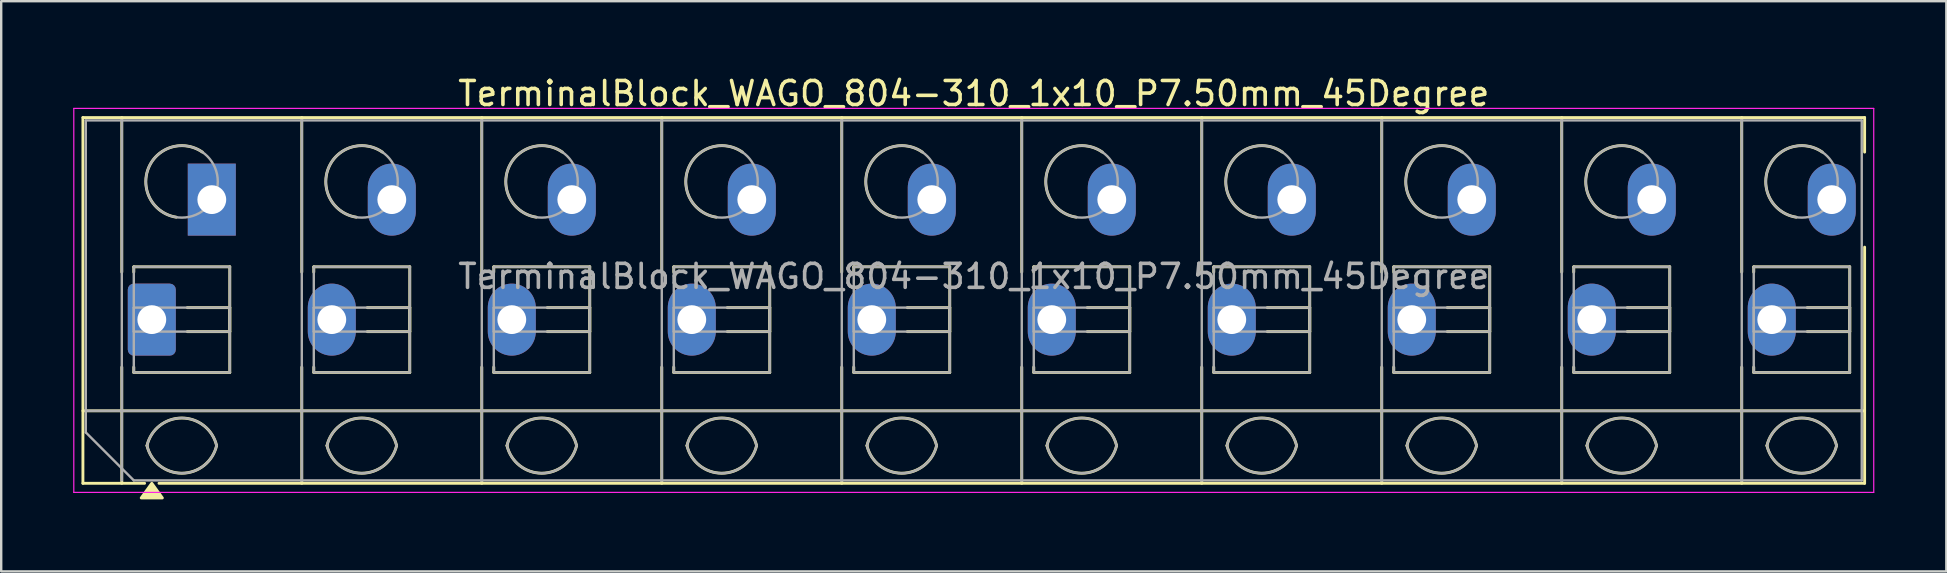
<source format=kicad_pcb>
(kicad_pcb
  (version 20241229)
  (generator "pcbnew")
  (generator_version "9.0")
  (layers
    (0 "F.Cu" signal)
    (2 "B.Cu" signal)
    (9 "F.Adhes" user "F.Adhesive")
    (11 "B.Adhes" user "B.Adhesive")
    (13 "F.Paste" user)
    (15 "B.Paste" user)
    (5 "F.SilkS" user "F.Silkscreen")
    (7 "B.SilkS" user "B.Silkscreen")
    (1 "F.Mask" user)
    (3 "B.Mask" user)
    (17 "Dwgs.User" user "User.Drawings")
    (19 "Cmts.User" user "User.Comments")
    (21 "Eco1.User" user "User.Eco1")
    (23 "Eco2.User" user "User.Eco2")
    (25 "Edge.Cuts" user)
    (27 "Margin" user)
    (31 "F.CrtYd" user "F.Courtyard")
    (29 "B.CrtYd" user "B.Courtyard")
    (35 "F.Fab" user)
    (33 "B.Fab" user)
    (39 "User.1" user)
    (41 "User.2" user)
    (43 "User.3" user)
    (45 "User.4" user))
  (footprint "TerminalBlock_WAGO_804-310_1x10_P7.50mm_45Degree"
    (layer "F.Cu")
    (at 3.275 10.268)
    (property "Reference" "TerminalBlock_WAGO_804-310_1x10_P7.50mm_45Degree" (at 34.25 -9.42 0) (layer "F.SilkS") (effects (font (size 1 1) (thickness 0.15))))
    (attr through_hole)
    (fp_line (start -2.87 -8.42) (end -2.87 6.82) (stroke (width 0.12) (type solid)) (layer "F.SilkS"))
    (fp_line (start -2.87 -8.42) (end 71.37 -8.42) (stroke (width 0.12) (type solid)) (layer "F.SilkS"))
    (fp_line (start -2.87 3.8) (end 71.37 3.8) (stroke (width 0.12) (type solid)) (layer "F.SilkS"))
    (fp_line (start -2.87 6.82) (end -0.3 6.82) (stroke (width 0.12) (type solid)) (layer "F.SilkS"))
    (fp_line (start -1.25 -8.42) (end -1.25 -1.98) (stroke (width 0.12) (type solid)) (layer "F.SilkS"))
    (fp_line (start -1.25 1.98) (end -1.25 6.82) (stroke (width 0.12) (type solid)) (layer "F.SilkS"))
    (fp_line (start -0.75 -2.2) (end -0.75 -1.98) (stroke (width 0.12) (type solid)) (layer "F.SilkS"))
    (fp_line (start -0.75 -2.2) (end 3.25 -2.2) (stroke (width 0.12) (type solid)) (layer "F.SilkS"))
    (fp_line (start -0.75 1.98) (end -0.75 2.2) (stroke (width 0.12) (type solid)) (layer "F.SilkS"))
    (fp_line (start -0.75 2.2) (end 3.25 2.2) (stroke (width 0.12) (type solid)) (layer "F.SilkS"))
    (fp_line (start 0.3 6.82) (end 71.37 6.82) (stroke (width 0.12) (type solid)) (layer "F.SilkS"))
    (fp_line (start 1.48 -0.5) (end 3.25 -0.5) (stroke (width 0.12) (type solid)) (layer "F.SilkS"))
    (fp_line (start 1.48 0.5) (end 3.25 0.5) (stroke (width 0.12) (type solid)) (layer "F.SilkS"))
    (fp_line (start 3.25 -2.2) (end 3.25 2.2) (stroke (width 0.12) (type solid)) (layer "F.SilkS"))
    (fp_line (start 3.25 -0.5) (end 3.25 0.5) (stroke (width 0.12) (type solid)) (layer "F.SilkS"))
    (fp_line (start 6.25 -8.42) (end 6.25 -1.98) (stroke (width 0.12) (type solid)) (layer "F.SilkS"))
    (fp_line (start 6.25 1.98) (end 6.25 6.82) (stroke (width 0.12) (type solid)) (layer "F.SilkS"))
    (fp_line (start 6.75 -2.2) (end 6.75 -1.98) (stroke (width 0.12) (type solid)) (layer "F.SilkS"))
    (fp_line (start 6.75 -2.2) (end 10.75 -2.2) (stroke (width 0.12) (type solid)) (layer "F.SilkS"))
    (fp_line (start 6.75 1.98) (end 6.75 2.2) (stroke (width 0.12) (type solid)) (layer "F.SilkS"))
    (fp_line (start 6.75 2.2) (end 10.75 2.2) (stroke (width 0.12) (type solid)) (layer "F.SilkS"))
    (fp_line (start 8.98 -0.5) (end 10.75 -0.5) (stroke (width 0.12) (type solid)) (layer "F.SilkS"))
    (fp_line (start 8.98 0.5) (end 10.75 0.5) (stroke (width 0.12) (type solid)) (layer "F.SilkS"))
    (fp_line (start 10.75 -2.2) (end 10.75 2.2) (stroke (width 0.12) (type solid)) (layer "F.SilkS"))
    (fp_line (start 10.75 -0.5) (end 10.75 0.5) (stroke (width 0.12) (type solid)) (layer "F.SilkS"))
    (fp_line (start 13.75 -8.42) (end 13.75 -1.98) (stroke (width 0.12) (type solid)) (layer "F.SilkS"))
    (fp_line (start 13.75 1.98) (end 13.75 6.82) (stroke (width 0.12) (type solid)) (layer "F.SilkS"))
    (fp_line (start 14.25 -2.2) (end 14.25 -1.98) (stroke (width 0.12) (type solid)) (layer "F.SilkS"))
    (fp_line (start 14.25 -2.2) (end 18.25 -2.2) (stroke (width 0.12) (type solid)) (layer "F.SilkS"))
    (fp_line (start 14.25 1.98) (end 14.25 2.2) (stroke (width 0.12) (type solid)) (layer "F.SilkS"))
    (fp_line (start 14.25 2.2) (end 18.25 2.2) (stroke (width 0.12) (type solid)) (layer "F.SilkS"))
    (fp_line (start 16.48 -0.5) (end 18.25 -0.5) (stroke (width 0.12) (type solid)) (layer "F.SilkS"))
    (fp_line (start 16.48 0.5) (end 18.25 0.5) (stroke (width 0.12) (type solid)) (layer "F.SilkS"))
    (fp_line (start 18.25 -2.2) (end 18.25 2.2) (stroke (width 0.12) (type solid)) (layer "F.SilkS"))
    (fp_line (start 18.25 -0.5) (end 18.25 0.5) (stroke (width 0.12) (type solid)) (layer "F.SilkS"))
    (fp_line (start 21.25 -8.42) (end 21.25 -1.98) (stroke (width 0.12) (type solid)) (layer "F.SilkS"))
    (fp_line (start 21.25 1.98) (end 21.25 6.82) (stroke (width 0.12) (type solid)) (layer "F.SilkS"))
    (fp_line (start 21.75 -2.2) (end 21.75 -1.98) (stroke (width 0.12) (type solid)) (layer "F.SilkS"))
    (fp_line (start 21.75 -2.2) (end 25.75 -2.2) (stroke (width 0.12) (type solid)) (layer "F.SilkS"))
    (fp_line (start 21.75 1.98) (end 21.75 2.2) (stroke (width 0.12) (type solid)) (layer "F.SilkS"))
    (fp_line (start 21.75 2.2) (end 25.75 2.2) (stroke (width 0.12) (type solid)) (layer "F.SilkS"))
    (fp_line (start 23.98 -0.5) (end 25.75 -0.5) (stroke (width 0.12) (type solid)) (layer "F.SilkS"))
    (fp_line (start 23.98 0.5) (end 25.75 0.5) (stroke (width 0.12) (type solid)) (layer "F.SilkS"))
    (fp_line (start 25.75 -2.2) (end 25.75 2.2) (stroke (width 0.12) (type solid)) (layer "F.SilkS"))
    (fp_line (start 25.75 -0.5) (end 25.75 0.5) (stroke (width 0.12) (type solid)) (layer "F.SilkS"))
    (fp_line (start 28.75 -8.42) (end 28.75 -1.98) (stroke (width 0.12) (type solid)) (layer "F.SilkS"))
    (fp_line (start 28.75 1.98) (end 28.75 6.82) (stroke (width 0.12) (type solid)) (layer "F.SilkS"))
    (fp_line (start 29.25 -2.2) (end 29.25 -1.98) (stroke (width 0.12) (type solid)) (layer "F.SilkS"))
    (fp_line (start 29.25 -2.2) (end 33.25 -2.2) (stroke (width 0.12) (type solid)) (layer "F.SilkS"))
    (fp_line (start 29.25 1.98) (end 29.25 2.2) (stroke (width 0.12) (type solid)) (layer "F.SilkS"))
    (fp_line (start 29.25 2.2) (end 33.25 2.2) (stroke (width 0.12) (type solid)) (layer "F.SilkS"))
    (fp_line (start 31.48 -0.5) (end 33.25 -0.5) (stroke (width 0.12) (type solid)) (layer "F.SilkS"))
    (fp_line (start 31.48 0.5) (end 33.25 0.5) (stroke (width 0.12) (type solid)) (layer "F.SilkS"))
    (fp_line (start 33.25 -2.2) (end 33.25 2.2) (stroke (width 0.12) (type solid)) (layer "F.SilkS"))
    (fp_line (start 33.25 -0.5) (end 33.25 0.5) (stroke (width 0.12) (type solid)) (layer "F.SilkS"))
    (fp_line (start 36.25 -8.42) (end 36.25 -1.98) (stroke (width 0.12) (type solid)) (layer "F.SilkS"))
    (fp_line (start 36.25 1.98) (end 36.25 6.82) (stroke (width 0.12) (type solid)) (layer "F.SilkS"))
    (fp_line (start 36.75 -2.2) (end 36.75 -1.98) (stroke (width 0.12) (type solid)) (layer "F.SilkS"))
    (fp_line (start 36.75 -2.2) (end 40.75 -2.2) (stroke (width 0.12) (type solid)) (layer "F.SilkS"))
    (fp_line (start 36.75 1.98) (end 36.75 2.2) (stroke (width 0.12) (type solid)) (layer "F.SilkS"))
    (fp_line (start 36.75 2.2) (end 40.75 2.2) (stroke (width 0.12) (type solid)) (layer "F.SilkS"))
    (fp_line (start 38.98 -0.5) (end 40.75 -0.5) (stroke (width 0.12) (type solid)) (layer "F.SilkS"))
    (fp_line (start 38.98 0.5) (end 40.75 0.5) (stroke (width 0.12) (type solid)) (layer "F.SilkS"))
    (fp_line (start 40.75 -2.2) (end 40.75 2.2) (stroke (width 0.12) (type solid)) (layer "F.SilkS"))
    (fp_line (start 40.75 -0.5) (end 40.75 0.5) (stroke (width 0.12) (type solid)) (layer "F.SilkS"))
    (fp_line (start 43.75 -8.42) (end 43.75 -1.98) (stroke (width 0.12) (type solid)) (layer "F.SilkS"))
    (fp_line (start 43.75 1.98) (end 43.75 6.82) (stroke (width 0.12) (type solid)) (layer "F.SilkS"))
    (fp_line (start 44.25 -2.2) (end 44.25 -1.98) (stroke (width 0.12) (type solid)) (layer "F.SilkS"))
    (fp_line (start 44.25 -2.2) (end 48.25 -2.2) (stroke (width 0.12) (type solid)) (layer "F.SilkS"))
    (fp_line (start 44.25 1.98) (end 44.25 2.2) (stroke (width 0.12) (type solid)) (layer "F.SilkS"))
    (fp_line (start 44.25 2.2) (end 48.25 2.2) (stroke (width 0.12) (type solid)) (layer "F.SilkS"))
    (fp_line (start 46.48 -0.5) (end 48.25 -0.5) (stroke (width 0.12) (type solid)) (layer "F.SilkS"))
    (fp_line (start 46.48 0.5) (end 48.25 0.5) (stroke (width 0.12) (type solid)) (layer "F.SilkS"))
    (fp_line (start 48.25 -2.2) (end 48.25 2.2) (stroke (width 0.12) (type solid)) (layer "F.SilkS"))
    (fp_line (start 48.25 -0.5) (end 48.25 0.5) (stroke (width 0.12) (type solid)) (layer "F.SilkS"))
    (fp_line (start 51.25 -8.42) (end 51.25 -1.98) (stroke (width 0.12) (type solid)) (layer "F.SilkS"))
    (fp_line (start 51.25 1.98) (end 51.25 6.82) (stroke (width 0.12) (type solid)) (layer "F.SilkS"))
    (fp_line (start 51.75 -2.2) (end 51.75 -1.98) (stroke (width 0.12) (type solid)) (layer "F.SilkS"))
    (fp_line (start 51.75 -2.2) (end 55.75 -2.2) (stroke (width 0.12) (type solid)) (layer "F.SilkS"))
    (fp_line (start 51.75 1.98) (end 51.75 2.2) (stroke (width 0.12) (type solid)) (layer "F.SilkS"))
    (fp_line (start 51.75 2.2) (end 55.75 2.2) (stroke (width 0.12) (type solid)) (layer "F.SilkS"))
    (fp_line (start 53.98 -0.5) (end 55.75 -0.5) (stroke (width 0.12) (type solid)) (layer "F.SilkS"))
    (fp_line (start 53.98 0.5) (end 55.75 0.5) (stroke (width 0.12) (type solid)) (layer "F.SilkS"))
    (fp_line (start 55.75 -2.2) (end 55.75 2.2) (stroke (width 0.12) (type solid)) (layer "F.SilkS"))
    (fp_line (start 55.75 -0.5) (end 55.75 0.5) (stroke (width 0.12) (type solid)) (layer "F.SilkS"))
    (fp_line (start 58.75 -8.42) (end 58.75 -1.98) (stroke (width 0.12) (type solid)) (layer "F.SilkS"))
    (fp_line (start 58.75 1.98) (end 58.75 6.82) (stroke (width 0.12) (type solid)) (layer "F.SilkS"))
    (fp_line (start 59.25 -2.2) (end 59.25 -1.98) (stroke (width 0.12) (type solid)) (layer "F.SilkS"))
    (fp_line (start 59.25 -2.2) (end 63.25 -2.2) (stroke (width 0.12) (type solid)) (layer "F.SilkS"))
    (fp_line (start 59.25 1.98) (end 59.25 2.2) (stroke (width 0.12) (type solid)) (layer "F.SilkS"))
    (fp_line (start 59.25 2.2) (end 63.25 2.2) (stroke (width 0.12) (type solid)) (layer "F.SilkS"))
    (fp_line (start 61.48 -0.5) (end 63.25 -0.5) (stroke (width 0.12) (type solid)) (layer "F.SilkS"))
    (fp_line (start 61.48 0.5) (end 63.25 0.5) (stroke (width 0.12) (type solid)) (layer "F.SilkS"))
    (fp_line (start 63.25 -2.2) (end 63.25 2.2) (stroke (width 0.12) (type solid)) (layer "F.SilkS"))
    (fp_line (start 63.25 -0.5) (end 63.25 0.5) (stroke (width 0.12) (type solid)) (layer "F.SilkS"))
    (fp_line (start 66.25 -8.42) (end 66.25 -1.98) (stroke (width 0.12) (type solid)) (layer "F.SilkS"))
    (fp_line (start 66.25 1.98) (end 66.25 6.82) (stroke (width 0.12) (type solid)) (layer "F.SilkS"))
    (fp_line (start 66.75 -2.2) (end 66.75 -1.98) (stroke (width 0.12) (type solid)) (layer "F.SilkS"))
    (fp_line (start 66.75 -2.2) (end 70.75 -2.2) (stroke (width 0.12) (type solid)) (layer "F.SilkS"))
    (fp_line (start 66.75 1.98) (end 66.75 2.2) (stroke (width 0.12) (type solid)) (layer "F.SilkS"))
    (fp_line (start 66.75 2.2) (end 70.75 2.2) (stroke (width 0.12) (type solid)) (layer "F.SilkS"))
    (fp_line (start 68.98 -0.5) (end 70.75 -0.5) (stroke (width 0.12) (type solid)) (layer "F.SilkS"))
    (fp_line (start 68.98 0.5) (end 70.75 0.5) (stroke (width 0.12) (type solid)) (layer "F.SilkS"))
    (fp_line (start 70.75 -2.2) (end 70.75 2.2) (stroke (width 0.12) (type solid)) (layer "F.SilkS"))
    (fp_line (start 70.75 -0.5) (end 70.75 0.5) (stroke (width 0.12) (type solid)) (layer "F.SilkS"))
    (fp_line (start 71.37 -8.42) (end 71.37 -6.98) (stroke (width 0.12) (type solid)) (layer "F.SilkS"))
    (fp_line (start 71.37 -3.02) (end 71.37 6.82) (stroke (width 0.12) (type solid)) (layer "F.SilkS"))
    (fp_arc (start -0.199969 5.249867) (mid 1.250068 4.099899) (end 2.7 5.25) (stroke (width 0.12) (type solid)) (layer "F.SilkS"))
    (fp_arc (start 1.02 -4.268) (mid -0.141815 -6.308637) (end 2.10843 -6.979765) (stroke (width 0.12) (type solid)) (layer "F.SilkS"))
    (fp_arc (start 2.7 5.25) (mid 1.250068 6.400101) (end -0.199969 5.250133) (stroke (width 0.12) (type solid)) (layer "F.SilkS"))
    (fp_arc (start 7.300031 5.249867) (mid 8.750068 4.099899) (end 10.2 5.25) (stroke (width 0.12) (type solid)) (layer "F.SilkS"))
    (fp_arc (start 8.52 -4.268) (mid 7.358185 -6.308637) (end 9.60843 -6.979765) (stroke (width 0.12) (type solid)) (layer "F.SilkS"))
    (fp_arc (start 10.2 5.25) (mid 8.750068 6.400101) (end 7.300031 5.250133) (stroke (width 0.12) (type solid)) (layer "F.SilkS"))
    (fp_arc (start 14.800031 5.249867) (mid 16.250068 4.099899) (end 17.7 5.25) (stroke (width 0.12) (type solid)) (layer "F.SilkS"))
    (fp_arc (start 16.02 -4.268) (mid 14.858185 -6.308637) (end 17.10843 -6.979765) (stroke (width 0.12) (type solid)) (layer "F.SilkS"))
    (fp_arc (start 17.7 5.25) (mid 16.250068 6.400101) (end 14.800031 5.250133) (stroke (width 0.12) (type solid)) (layer "F.SilkS"))
    (fp_arc (start 22.300031 5.249867) (mid 23.750068 4.099899) (end 25.2 5.25) (stroke (width 0.12) (type solid)) (layer "F.SilkS"))
    (fp_arc (start 23.52 -4.268) (mid 22.358185 -6.308637) (end 24.60843 -6.979765) (stroke (width 0.12) (type solid)) (layer "F.SilkS"))
    (fp_arc (start 25.2 5.25) (mid 23.750068 6.400101) (end 22.300031 5.250133) (stroke (width 0.12) (type solid)) (layer "F.SilkS"))
    (fp_arc (start 29.800031 5.249867) (mid 31.250068 4.099899) (end 32.7 5.25) (stroke (width 0.12) (type solid)) (layer "F.SilkS"))
    (fp_arc (start 31.02 -4.268) (mid 29.858185 -6.308637) (end 32.10843 -6.979765) (stroke (width 0.12) (type solid)) (layer "F.SilkS"))
    (fp_arc (start 32.7 5.25) (mid 31.250068 6.400101) (end 29.800031 5.250133) (stroke (width 0.12) (type solid)) (layer "F.SilkS"))
    (fp_arc (start 37.300031 5.249867) (mid 38.750068 4.099899) (end 40.2 5.25) (stroke (width 0.12) (type solid)) (layer "F.SilkS"))
    (fp_arc (start 38.52 -4.268) (mid 37.358185 -6.308637) (end 39.60843 -6.979765) (stroke (width 0.12) (type solid)) (layer "F.SilkS"))
    (fp_arc (start 40.2 5.25) (mid 38.750068 6.400101) (end 37.300031 5.250133) (stroke (width 0.12) (type solid)) (layer "F.SilkS"))
    (fp_arc (start 44.800031 5.249867) (mid 46.250068 4.099899) (end 47.7 5.25) (stroke (width 0.12) (type solid)) (layer "F.SilkS"))
    (fp_arc (start 46.02 -4.268) (mid 44.858185 -6.308637) (end 47.10843 -6.979765) (stroke (width 0.12) (type solid)) (layer "F.SilkS"))
    (fp_arc (start 47.7 5.25) (mid 46.250068 6.400101) (end 44.800031 5.250133) (stroke (width 0.12) (type solid)) (layer "F.SilkS"))
    (fp_arc (start 52.300031 5.249867) (mid 53.750068 4.099899) (end 55.2 5.25) (stroke (width 0.12) (type solid)) (layer "F.SilkS"))
    (fp_arc (start 53.52 -4.268) (mid 52.358185 -6.308637) (end 54.60843 -6.979765) (stroke (width 0.12) (type solid)) (layer "F.SilkS"))
    (fp_arc (start 55.2 5.25) (mid 53.750068 6.400101) (end 52.300031 5.250133) (stroke (width 0.12) (type solid)) (layer "F.SilkS"))
    (fp_arc (start 59.800031 5.249867) (mid 61.250068 4.099899) (end 62.7 5.25) (stroke (width 0.12) (type solid)) (layer "F.SilkS"))
    (fp_arc (start 61.02 -4.268) (mid 59.858185 -6.308637) (end 62.10843 -6.979765) (stroke (width 0.12) (type solid)) (layer "F.SilkS"))
    (fp_arc (start 62.7 5.25) (mid 61.250068 6.400101) (end 59.800031 5.250133) (stroke (width 0.12) (type solid)) (layer "F.SilkS"))
    (fp_arc (start 67.300031 5.249867) (mid 68.750068 4.099899) (end 70.2 5.25) (stroke (width 0.12) (type solid)) (layer "F.SilkS"))
    (fp_arc (start 68.52 -4.268) (mid 67.358185 -6.308637) (end 69.60843 -6.979765) (stroke (width 0.12) (type solid)) (layer "F.SilkS"))
    (fp_arc (start 70.2 5.25) (mid 68.750068 6.400101) (end 67.300031 5.250133) (stroke (width 0.12) (type solid)) (layer "F.SilkS"))
    (fp_poly (pts (xy 0 6.82) (xy 0.44 7.43) (xy -0.44 7.43)) (stroke (width 0.12) (type solid)) (fill yes) (layer "F.SilkS"))
    (fp_line (start -3.25 -8.8) (end -3.25 7.2) (stroke (width 0.05) (type solid)) (layer "F.CrtYd"))
    (fp_line (start -3.25 7.2) (end 71.75 7.2) (stroke (width 0.05) (type solid)) (layer "F.CrtYd"))
    (fp_line (start 71.75 -8.8) (end -3.25 -8.8) (stroke (width 0.05) (type solid)) (layer "F.CrtYd"))
    (fp_line (start 71.75 7.2) (end 71.75 -8.8) (stroke (width 0.05) (type solid)) (layer "F.CrtYd"))
    (fp_line (start -2.75 -8.3) (end 71.25 -8.3) (stroke (width 0.1) (type solid)) (layer "F.Fab"))
    (fp_line (start -2.75 3.8) (end 71.25 3.8) (stroke (width 0.1) (type solid)) (layer "F.Fab"))
    (fp_line (start -2.75 4.7) (end -2.75 -8.3) (stroke (width 0.1) (type solid)) (layer "F.Fab"))
    (fp_line (start -1.25 -8.3) (end -1.25 6.7) (stroke (width 0.1) (type solid)) (layer "F.Fab"))
    (fp_line (start -0.75 -2.2) (end -0.75 2.2) (stroke (width 0.1) (type solid)) (layer "F.Fab"))
    (fp_line (start -0.75 -0.5) (end -0.75 0.5) (stroke (width 0.1) (type solid)) (layer "F.Fab"))
    (fp_line (start -0.75 0.5) (end 3.25 0.5) (stroke (width 0.1) (type solid)) (layer "F.Fab"))
    (fp_line (start -0.75 2.2) (end 3.25 2.2) (stroke (width 0.1) (type solid)) (layer "F.Fab"))
    (fp_line (start -0.75 6.7) (end -2.75 4.7) (stroke (width 0.1) (type solid)) (layer "F.Fab"))
    (fp_line (start 3.25 -2.2) (end -0.75 -2.2) (stroke (width 0.1) (type solid)) (layer "F.Fab"))
    (fp_line (start 3.25 -0.5) (end -0.75 -0.5) (stroke (width 0.1) (type solid)) (layer "F.Fab"))
    (fp_line (start 3.25 0.5) (end 3.25 -0.5) (stroke (width 0.1) (type solid)) (layer "F.Fab"))
    (fp_line (start 3.25 2.2) (end 3.25 -2.2) (stroke (width 0.1) (type solid)) (layer "F.Fab"))
    (fp_line (start 6.25 -8.3) (end 6.25 6.7) (stroke (width 0.1) (type solid)) (layer "F.Fab"))
    (fp_line (start 6.75 -2.2) (end 6.75 2.2) (stroke (width 0.1) (type solid)) (layer "F.Fab"))
    (fp_line (start 6.75 -0.5) (end 6.75 0.5) (stroke (width 0.1) (type solid)) (layer "F.Fab"))
    (fp_line (start 6.75 0.5) (end 10.75 0.5) (stroke (width 0.1) (type solid)) (layer "F.Fab"))
    (fp_line (start 6.75 2.2) (end 10.75 2.2) (stroke (width 0.1) (type solid)) (layer "F.Fab"))
    (fp_line (start 10.75 -2.2) (end 6.75 -2.2) (stroke (width 0.1) (type solid)) (layer "F.Fab"))
    (fp_line (start 10.75 -0.5) (end 6.75 -0.5) (stroke (width 0.1) (type solid)) (layer "F.Fab"))
    (fp_line (start 10.75 0.5) (end 10.75 -0.5) (stroke (width 0.1) (type solid)) (layer "F.Fab"))
    (fp_line (start 10.75 2.2) (end 10.75 -2.2) (stroke (width 0.1) (type solid)) (layer "F.Fab"))
    (fp_line (start 13.75 -8.3) (end 13.75 6.7) (stroke (width 0.1) (type solid)) (layer "F.Fab"))
    (fp_line (start 14.25 -2.2) (end 14.25 2.2) (stroke (width 0.1) (type solid)) (layer "F.Fab"))
    (fp_line (start 14.25 -0.5) (end 14.25 0.5) (stroke (width 0.1) (type solid)) (layer "F.Fab"))
    (fp_line (start 14.25 0.5) (end 18.25 0.5) (stroke (width 0.1) (type solid)) (layer "F.Fab"))
    (fp_line (start 14.25 2.2) (end 18.25 2.2) (stroke (width 0.1) (type solid)) (layer "F.Fab"))
    (fp_line (start 18.25 -2.2) (end 14.25 -2.2) (stroke (width 0.1) (type solid)) (layer "F.Fab"))
    (fp_line (start 18.25 -0.5) (end 14.25 -0.5) (stroke (width 0.1) (type solid)) (layer "F.Fab"))
    (fp_line (start 18.25 0.5) (end 18.25 -0.5) (stroke (width 0.1) (type solid)) (layer "F.Fab"))
    (fp_line (start 18.25 2.2) (end 18.25 -2.2) (stroke (width 0.1) (type solid)) (layer "F.Fab"))
    (fp_line (start 21.25 -8.3) (end 21.25 6.7) (stroke (width 0.1) (type solid)) (layer "F.Fab"))
    (fp_line (start 21.75 -2.2) (end 21.75 2.2) (stroke (width 0.1) (type solid)) (layer "F.Fab"))
    (fp_line (start 21.75 -0.5) (end 21.75 0.5) (stroke (width 0.1) (type solid)) (layer "F.Fab"))
    (fp_line (start 21.75 0.5) (end 25.75 0.5) (stroke (width 0.1) (type solid)) (layer "F.Fab"))
    (fp_line (start 21.75 2.2) (end 25.75 2.2) (stroke (width 0.1) (type solid)) (layer "F.Fab"))
    (fp_line (start 25.75 -2.2) (end 21.75 -2.2) (stroke (width 0.1) (type solid)) (layer "F.Fab"))
    (fp_line (start 25.75 -0.5) (end 21.75 -0.5) (stroke (width 0.1) (type solid)) (layer "F.Fab"))
    (fp_line (start 25.75 0.5) (end 25.75 -0.5) (stroke (width 0.1) (type solid)) (layer "F.Fab"))
    (fp_line (start 25.75 2.2) (end 25.75 -2.2) (stroke (width 0.1) (type solid)) (layer "F.Fab"))
    (fp_line (start 28.75 -8.3) (end 28.75 6.7) (stroke (width 0.1) (type solid)) (layer "F.Fab"))
    (fp_line (start 29.25 -2.2) (end 29.25 2.2) (stroke (width 0.1) (type solid)) (layer "F.Fab"))
    (fp_line (start 29.25 -0.5) (end 29.25 0.5) (stroke (width 0.1) (type solid)) (layer "F.Fab"))
    (fp_line (start 29.25 0.5) (end 33.25 0.5) (stroke (width 0.1) (type solid)) (layer "F.Fab"))
    (fp_line (start 29.25 2.2) (end 33.25 2.2) (stroke (width 0.1) (type solid)) (layer "F.Fab"))
    (fp_line (start 33.25 -2.2) (end 29.25 -2.2) (stroke (width 0.1) (type solid)) (layer "F.Fab"))
    (fp_line (start 33.25 -0.5) (end 29.25 -0.5) (stroke (width 0.1) (type solid)) (layer "F.Fab"))
    (fp_line (start 33.25 0.5) (end 33.25 -0.5) (stroke (width 0.1) (type solid)) (layer "F.Fab"))
    (fp_line (start 33.25 2.2) (end 33.25 -2.2) (stroke (width 0.1) (type solid)) (layer "F.Fab"))
    (fp_line (start 36.25 -8.3) (end 36.25 6.7) (stroke (width 0.1) (type solid)) (layer "F.Fab"))
    (fp_line (start 36.75 -2.2) (end 36.75 2.2) (stroke (width 0.1) (type solid)) (layer "F.Fab"))
    (fp_line (start 36.75 -0.5) (end 36.75 0.5) (stroke (width 0.1) (type solid)) (layer "F.Fab"))
    (fp_line (start 36.75 0.5) (end 40.75 0.5) (stroke (width 0.1) (type solid)) (layer "F.Fab"))
    (fp_line (start 36.75 2.2) (end 40.75 2.2) (stroke (width 0.1) (type solid)) (layer "F.Fab"))
    (fp_line (start 40.75 -2.2) (end 36.75 -2.2) (stroke (width 0.1) (type solid)) (layer "F.Fab"))
    (fp_line (start 40.75 -0.5) (end 36.75 -0.5) (stroke (width 0.1) (type solid)) (layer "F.Fab"))
    (fp_line (start 40.75 0.5) (end 40.75 -0.5) (stroke (width 0.1) (type solid)) (layer "F.Fab"))
    (fp_line (start 40.75 2.2) (end 40.75 -2.2) (stroke (width 0.1) (type solid)) (layer "F.Fab"))
    (fp_line (start 43.75 -8.3) (end 43.75 6.7) (stroke (width 0.1) (type solid)) (layer "F.Fab"))
    (fp_line (start 44.25 -2.2) (end 44.25 2.2) (stroke (width 0.1) (type solid)) (layer "F.Fab"))
    (fp_line (start 44.25 -0.5) (end 44.25 0.5) (stroke (width 0.1) (type solid)) (layer "F.Fab"))
    (fp_line (start 44.25 0.5) (end 48.25 0.5) (stroke (width 0.1) (type solid)) (layer "F.Fab"))
    (fp_line (start 44.25 2.2) (end 48.25 2.2) (stroke (width 0.1) (type solid)) (layer "F.Fab"))
    (fp_line (start 48.25 -2.2) (end 44.25 -2.2) (stroke (width 0.1) (type solid)) (layer "F.Fab"))
    (fp_line (start 48.25 -0.5) (end 44.25 -0.5) (stroke (width 0.1) (type solid)) (layer "F.Fab"))
    (fp_line (start 48.25 0.5) (end 48.25 -0.5) (stroke (width 0.1) (type solid)) (layer "F.Fab"))
    (fp_line (start 48.25 2.2) (end 48.25 -2.2) (stroke (width 0.1) (type solid)) (layer "F.Fab"))
    (fp_line (start 51.25 -8.3) (end 51.25 6.7) (stroke (width 0.1) (type solid)) (layer "F.Fab"))
    (fp_line (start 51.75 -2.2) (end 51.75 2.2) (stroke (width 0.1) (type solid)) (layer "F.Fab"))
    (fp_line (start 51.75 -0.5) (end 51.75 0.5) (stroke (width 0.1) (type solid)) (layer "F.Fab"))
    (fp_line (start 51.75 0.5) (end 55.75 0.5) (stroke (width 0.1) (type solid)) (layer "F.Fab"))
    (fp_line (start 51.75 2.2) (end 55.75 2.2) (stroke (width 0.1) (type solid)) (layer "F.Fab"))
    (fp_line (start 55.75 -2.2) (end 51.75 -2.2) (stroke (width 0.1) (type solid)) (layer "F.Fab"))
    (fp_line (start 55.75 -0.5) (end 51.75 -0.5) (stroke (width 0.1) (type solid)) (layer "F.Fab"))
    (fp_line (start 55.75 0.5) (end 55.75 -0.5) (stroke (width 0.1) (type solid)) (layer "F.Fab"))
    (fp_line (start 55.75 2.2) (end 55.75 -2.2) (stroke (width 0.1) (type solid)) (layer "F.Fab"))
    (fp_line (start 58.75 -8.3) (end 58.75 6.7) (stroke (width 0.1) (type solid)) (layer "F.Fab"))
    (fp_line (start 59.25 -2.2) (end 59.25 2.2) (stroke (width 0.1) (type solid)) (layer "F.Fab"))
    (fp_line (start 59.25 -0.5) (end 59.25 0.5) (stroke (width 0.1) (type solid)) (layer "F.Fab"))
    (fp_line (start 59.25 0.5) (end 63.25 0.5) (stroke (width 0.1) (type solid)) (layer "F.Fab"))
    (fp_line (start 59.25 2.2) (end 63.25 2.2) (stroke (width 0.1) (type solid)) (layer "F.Fab"))
    (fp_line (start 63.25 -2.2) (end 59.25 -2.2) (stroke (width 0.1) (type solid)) (layer "F.Fab"))
    (fp_line (start 63.25 -0.5) (end 59.25 -0.5) (stroke (width 0.1) (type solid)) (layer "F.Fab"))
    (fp_line (start 63.25 0.5) (end 63.25 -0.5) (stroke (width 0.1) (type solid)) (layer "F.Fab"))
    (fp_line (start 63.25 2.2) (end 63.25 -2.2) (stroke (width 0.1) (type solid)) (layer "F.Fab"))
    (fp_line (start 66.25 -8.3) (end 66.25 6.7) (stroke (width 0.1) (type solid)) (layer "F.Fab"))
    (fp_line (start 66.75 -2.2) (end 66.75 2.2) (stroke (width 0.1) (type solid)) (layer "F.Fab"))
    (fp_line (start 66.75 -0.5) (end 66.75 0.5) (stroke (width 0.1) (type solid)) (layer "F.Fab"))
    (fp_line (start 66.75 0.5) (end 70.75 0.5) (stroke (width 0.1) (type solid)) (layer "F.Fab"))
    (fp_line (start 66.75 2.2) (end 70.75 2.2) (stroke (width 0.1) (type solid)) (layer "F.Fab"))
    (fp_line (start 70.75 -2.2) (end 66.75 -2.2) (stroke (width 0.1) (type solid)) (layer "F.Fab"))
    (fp_line (start 70.75 -0.5) (end 66.75 -0.5) (stroke (width 0.1) (type solid)) (layer "F.Fab"))
    (fp_line (start 70.75 0.5) (end 70.75 -0.5) (stroke (width 0.1) (type solid)) (layer "F.Fab"))
    (fp_line (start 70.75 2.2) (end 70.75 -2.2) (stroke (width 0.1) (type solid)) (layer "F.Fab"))
    (fp_line (start 71.25 -8.3) (end 71.25 6.7) (stroke (width 0.1) (type solid)) (layer "F.Fab"))
    (fp_line (start 71.25 6.7) (end -0.75 6.7) (stroke (width 0.1) (type solid)) (layer "F.Fab"))
    (fp_arc (start -0.200865 5.250424) (mid 1.250296 4.099926) (end 2.701 5.251) (stroke (width 0.1) (type solid)) (layer "F.Fab"))
    (fp_arc (start 2.7 5.25) (mid 1.250068 6.400101) (end -0.199969 5.250133) (stroke (width 0.1) (type solid)) (layer "F.Fab"))
    (fp_arc (start 7.299135 5.250424) (mid 8.750296 4.099926) (end 10.201 5.251) (stroke (width 0.1) (type solid)) (layer "F.Fab"))
    (fp_arc (start 10.2 5.25) (mid 8.750068 6.400101) (end 7.300031 5.250133) (stroke (width 0.1) (type solid)) (layer "F.Fab"))
    (fp_arc (start 14.799135 5.250424) (mid 16.250296 4.099926) (end 17.701 5.251) (stroke (width 0.1) (type solid)) (layer "F.Fab"))
    (fp_arc (start 17.7 5.25) (mid 16.250068 6.400101) (end 14.800031 5.250133) (stroke (width 0.1) (type solid)) (layer "F.Fab"))
    (fp_arc (start 22.299135 5.250424) (mid 23.750296 4.099926) (end 25.201 5.251) (stroke (width 0.1) (type solid)) (layer "F.Fab"))
    (fp_arc (start 25.2 5.25) (mid 23.750068 6.400101) (end 22.300031 5.250133) (stroke (width 0.1) (type solid)) (layer "F.Fab"))
    (fp_arc (start 29.799135 5.250424) (mid 31.250296 4.099926) (end 32.701 5.251) (stroke (width 0.1) (type solid)) (layer "F.Fab"))
    (fp_arc (start 32.701 5.25) (mid 31.250296 6.401074) (end 29.799135 5.250576) (stroke (width 0.1) (type solid)) (layer "F.Fab"))
    (fp_arc (start 37.299135 5.250424) (mid 38.750296 4.099926) (end 40.201 5.251) (stroke (width 0.1) (type solid)) (layer "F.Fab"))
    (fp_arc (start 40.2 5.25) (mid 38.750068 6.400101) (end 37.300031 5.250133) (stroke (width 0.1) (type solid)) (layer "F.Fab"))
    (fp_arc (start 44.799135 5.250424) (mid 46.250296 4.099926) (end 47.701 5.251) (stroke (width 0.1) (type solid)) (layer "F.Fab"))
    (fp_arc (start 47.7 5.25) (mid 46.250068 6.400101) (end 44.800031 5.250133) (stroke (width 0.1) (type solid)) (layer "F.Fab"))
    (fp_arc (start 52.299135 5.250424) (mid 53.750296 4.099926) (end 55.201 5.251) (stroke (width 0.1) (type solid)) (layer "F.Fab"))
    (fp_arc (start 55.2 5.25) (mid 53.750068 6.400101) (end 52.300031 5.250133) (stroke (width 0.1) (type solid)) (layer "F.Fab"))
    (fp_arc (start 59.799135 5.250424) (mid 61.250296 4.099926) (end 62.701 5.251) (stroke (width 0.1) (type solid)) (layer "F.Fab"))
    (fp_arc (start 62.7 5.25) (mid 61.250068 6.400101) (end 59.800031 5.250133) (stroke (width 0.1) (type solid)) (layer "F.Fab"))
    (fp_arc (start 67.299135 5.250424) (mid 68.750296 4.099926) (end 70.201 5.251) (stroke (width 0.1) (type solid)) (layer "F.Fab"))
    (fp_arc (start 70.2 5.25) (mid 68.750068 6.400101) (end 67.300031 5.250133) (stroke (width 0.1) (type solid)) (layer "F.Fab"))
    (fp_circle (center 1.25 -5.75) (end 2.75 -5.75) (stroke (width 0.1) (type solid)) (fill no) (layer "F.Fab"))
    (fp_circle (center 8.75 -5.75) (end 10.25 -5.75) (stroke (width 0.1) (type solid)) (fill no) (layer "F.Fab"))
    (fp_circle (center 16.25 -5.75) (end 17.75 -5.75) (stroke (width 0.1) (type solid)) (fill no) (layer "F.Fab"))
    (fp_circle (center 23.75 -5.75) (end 25.25 -5.75) (stroke (width 0.1) (type solid)) (fill no) (layer "F.Fab"))
    (fp_circle (center 31.25 -5.75) (end 32.75 -5.75) (stroke (width 0.1) (type solid)) (fill no) (layer "F.Fab"))
    (fp_circle (center 38.75 -5.75) (end 40.25 -5.75) (stroke (width 0.1) (type solid)) (fill no) (layer "F.Fab"))
    (fp_circle (center 46.25 -5.75) (end 47.75 -5.75) (stroke (width 0.1) (type solid)) (fill no) (layer "F.Fab"))
    (fp_circle (center 53.75 -5.75) (end 55.25 -5.75) (stroke (width 0.1) (type solid)) (fill no) (layer "F.Fab"))
    (fp_circle (center 61.25 -5.75) (end 62.75 -5.75) (stroke (width 0.1) (type solid)) (fill no) (layer "F.Fab"))
    (fp_circle (center 68.75 -5.75) (end 70.25 -5.75) (stroke (width 0.1) (type solid)) (fill no) (layer "F.Fab"))
    (fp_text user "${REFERENCE}" (at 34.25 -1.8 0) (layer "F.Fab") (effects (font (size 1 1) (thickness 0.15))))
    (pad "1" thru_hole roundrect (at 0 0) (size 2 3) (drill 1.2) (layers "*.Cu" "*.Mask") (roundrect_rratio 0.125))
    (pad "1" thru_hole rect (at 2.5 -5) (size 2 3) (drill 1.2) (layers "*.Cu" "*.Mask"))
    (pad "2" thru_hole oval (at 7.5 0) (size 2 3) (drill 1.2) (layers "*.Cu" "*.Mask"))
    (pad "2" thru_hole oval (at 10 -5) (size 2 3) (drill 1.2) (layers "*.Cu" "*.Mask"))
    (pad "3" thru_hole oval (at 15 0) (size 2 3) (drill 1.2) (layers "*.Cu" "*.Mask"))
    (pad "3" thru_hole oval (at 17.5 -5) (size 2 3) (drill 1.2) (layers "*.Cu" "*.Mask"))
    (pad "4" thru_hole oval (at 22.5 0) (size 2 3) (drill 1.2) (layers "*.Cu" "*.Mask"))
    (pad "4" thru_hole oval (at 25 -5) (size 2 3) (drill 1.2) (layers "*.Cu" "*.Mask"))
    (pad "5" thru_hole oval (at 30 0) (size 2 3) (drill 1.2) (layers "*.Cu" "*.Mask"))
    (pad "5" thru_hole oval (at 32.5 -5) (size 2 3) (drill 1.2) (layers "*.Cu" "*.Mask"))
    (pad "6" thru_hole oval (at 37.5 0) (size 2 3) (drill 1.2) (layers "*.Cu" "*.Mask"))
    (pad "6" thru_hole oval (at 40 -5) (size 2 3) (drill 1.2) (layers "*.Cu" "*.Mask"))
    (pad "7" thru_hole oval (at 45 0) (size 2 3) (drill 1.2) (layers "*.Cu" "*.Mask"))
    (pad "7" thru_hole oval (at 47.5 -5) (size 2 3) (drill 1.2) (layers "*.Cu" "*.Mask"))
    (pad "8" thru_hole oval (at 52.5 0) (size 2 3) (drill 1.2) (layers "*.Cu" "*.Mask"))
    (pad "8" thru_hole oval (at 55 -5) (size 2 3) (drill 1.2) (layers "*.Cu" "*.Mask"))
    (pad "9" thru_hole oval (at 60 0) (size 2 3) (drill 1.2) (layers "*.Cu" "*.Mask"))
    (pad "9" thru_hole oval (at 62.5 -5) (size 2 3) (drill 1.2) (layers "*.Cu" "*.Mask"))
    (pad "10" thru_hole oval (at 67.5 0) (size 2 3) (drill 1.2) (layers "*.Cu" "*.Mask"))
    (pad "10" thru_hole oval (at 70 -5) (size 2 3) (drill 1.2) (layers "*.Cu" "*.Mask")))
  (gr_rect
    (start -3 -3)
    (end 78.05 20.758)
    (stroke (width 0.1) (type default))
    (fill no)
    (layer "Edge.Cuts")))
</source>
